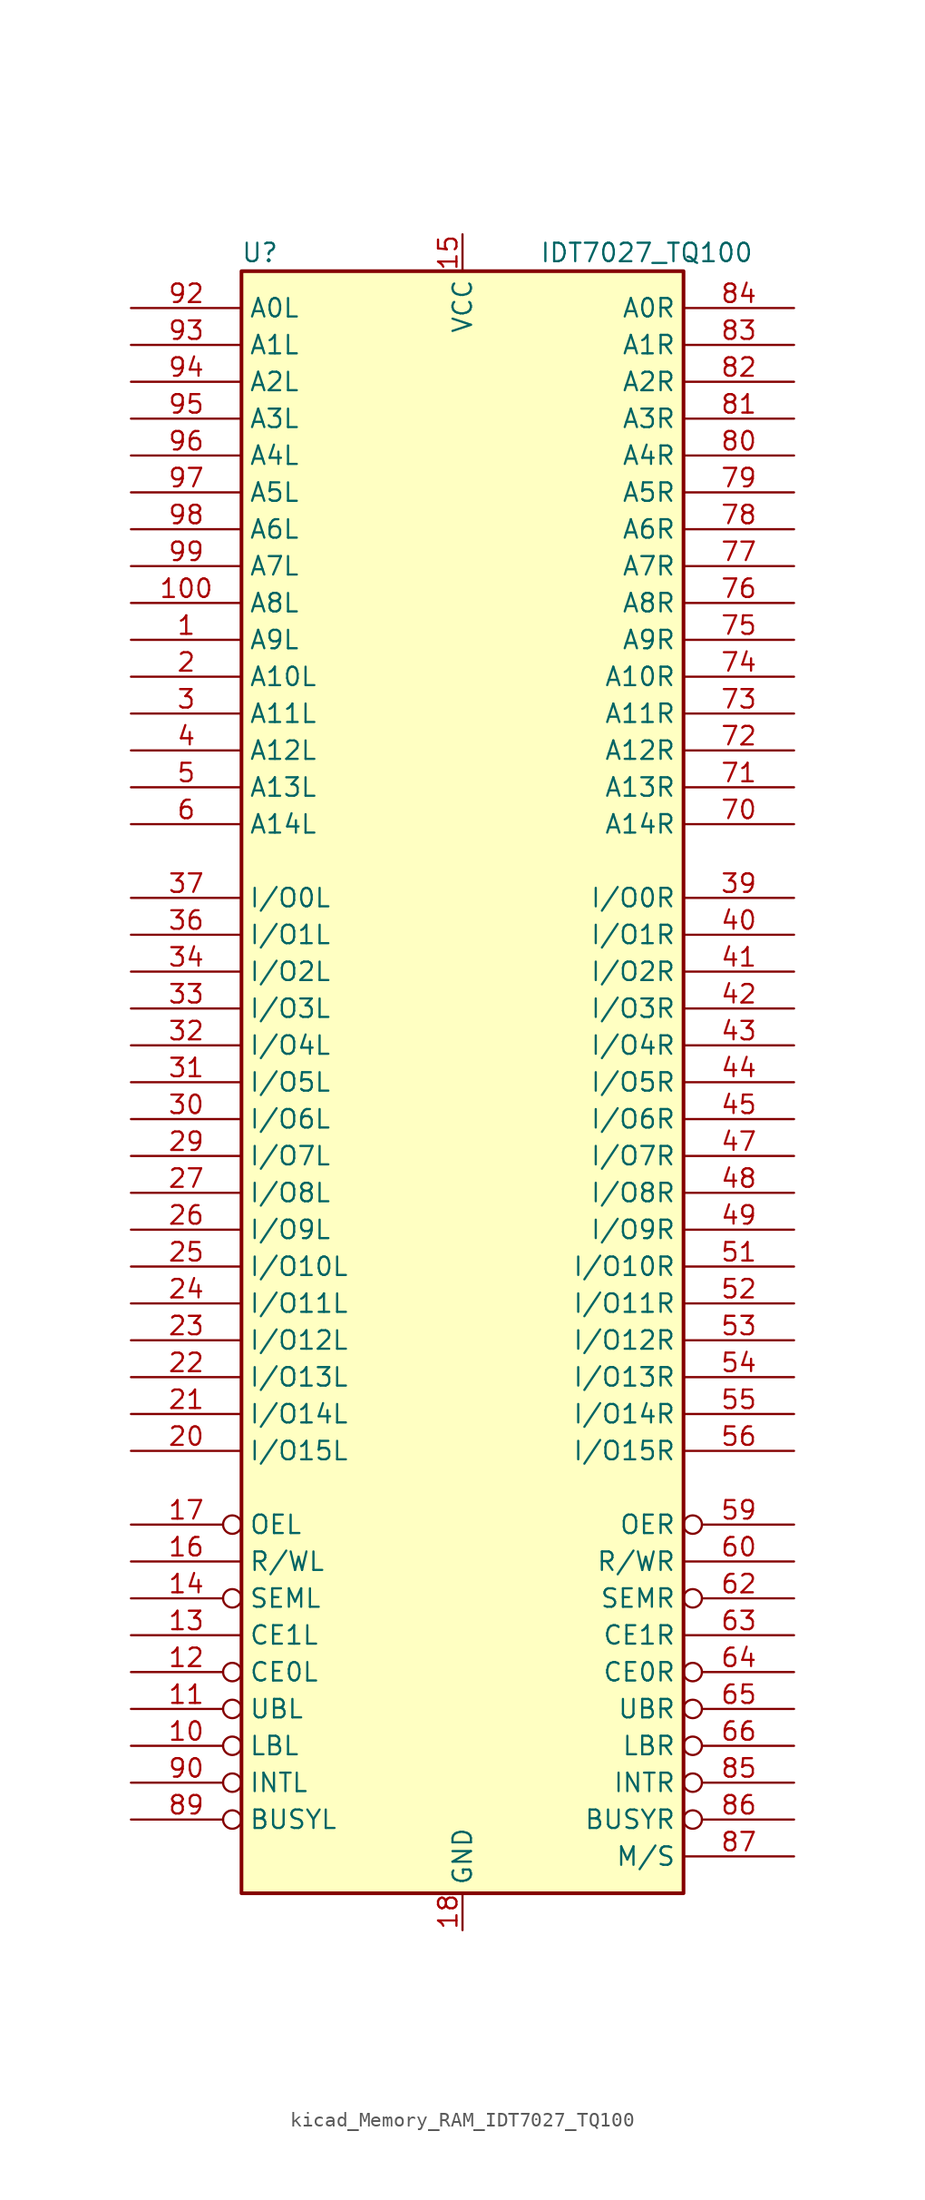
<source format=kicad_sym>
(kicad_symbol_lib
  (version 20220914)
  (generator kicad_symbol_editor)
  (symbol "kicad_Memory_RAM_IDT7027_TQ100"
    (property "Reference" "U"
      (at -13.97 57.15 0)
      (effects (font (size 1.27 1.27))))
    (property "Value" "IDT7027_TQ100"
      (at 12.7 57.15 0)
      (effects (font (size 1.27 1.27))))
    (symbol "kicad_Memory_RAM_IDT7027_TQ100_0_1"
      (rectangle (start -15.24 55.88) (end 15.24 -55.88) (stroke (width 0.254) (type default)) (fill (type background))))
    (symbol "kicad_Memory_RAM_IDT7027_TQ100_1_1"
      (pin input line (at -22.86 30.48 0) (length 7.62) (name "A9L" (effects (font (size 1.27 1.27)))) (number "1" (effects (font (size 1.27 1.27)))))
      (pin input inverted (at -22.86 -45.72 0) (length 7.62) (name "LBL" (effects (font (size 1.27 1.27)))) (number "10" (effects (font (size 1.27 1.27)))))
      (pin input line (at -22.86 33.02 0) (length 7.62) (name "A8L" (effects (font (size 1.27 1.27)))) (number "100" (effects (font (size 1.27 1.27)))))
      (pin input inverted (at -22.86 -43.18 0) (length 7.62) (name "UBL" (effects (font (size 1.27 1.27)))) (number "11" (effects (font (size 1.27 1.27)))))
      (pin input inverted (at -22.86 -40.64 0) (length 7.62) (name "CE0L" (effects (font (size 1.27 1.27)))) (number "12" (effects (font (size 1.27 1.27)))))
      (pin input line (at -22.86 -38.1 0) (length 7.62) (name "CE1L" (effects (font (size 1.27 1.27)))) (number "13" (effects (font (size 1.27 1.27)))))
      (pin input inverted (at -22.86 -35.56 0) (length 7.62) (name "SEML" (effects (font (size 1.27 1.27)))) (number "14" (effects (font (size 1.27 1.27)))))
      (pin power_in line (at 0 58.42 270) (length 2.54) (name "VCC" (effects (font (size 1.27 1.27)))) (number "15" (effects (font (size 1.27 1.27)))))
      (pin input line (at -22.86 -33.02 0) (length 7.62) (name "R/WL" (effects (font (size 1.27 1.27)))) (number "16" (effects (font (size 1.27 1.27)))))
      (pin input inverted (at -22.86 -30.48 0) (length 7.62) (name "OEL" (effects (font (size 1.27 1.27)))) (number "17" (effects (font (size 1.27 1.27)))))
      (pin power_in line (at 0 -58.42 90) (length 2.54) (name "GND" (effects (font (size 1.27 1.27)))) (number "18" (effects (font (size 1.27 1.27)))))
      (pin passive line (at 0 -58.42 90) (length 2.54) hide (name "GND" (effects (font (size 1.27 1.27)))) (number "19" (effects (font (size 1.27 1.27)))))
      (pin input line (at -22.86 27.94 0) (length 7.62) (name "A10L" (effects (font (size 1.27 1.27)))) (number "2" (effects (font (size 1.27 1.27)))))
      (pin bidirectional line (at -22.86 -25.4 0) (length 7.62) (name "I/O15L" (effects (font (size 1.27 1.27)))) (number "20" (effects (font (size 1.27 1.27)))))
      (pin bidirectional line (at -22.86 -22.86 0) (length 7.62) (name "I/O14L" (effects (font (size 1.27 1.27)))) (number "21" (effects (font (size 1.27 1.27)))))
      (pin bidirectional line (at -22.86 -20.32 0) (length 7.62) (name "I/O13L" (effects (font (size 1.27 1.27)))) (number "22" (effects (font (size 1.27 1.27)))))
      (pin bidirectional line (at -22.86 -17.78 0) (length 7.62) (name "I/O12L" (effects (font (size 1.27 1.27)))) (number "23" (effects (font (size 1.27 1.27)))))
      (pin bidirectional line (at -22.86 -15.24 0) (length 7.62) (name "I/O11L" (effects (font (size 1.27 1.27)))) (number "24" (effects (font (size 1.27 1.27)))))
      (pin bidirectional line (at -22.86 -12.7 0) (length 7.62) (name "I/O10L" (effects (font (size 1.27 1.27)))) (number "25" (effects (font (size 1.27 1.27)))))
      (pin bidirectional line (at -22.86 -10.16 0) (length 7.62) (name "I/O9L" (effects (font (size 1.27 1.27)))) (number "26" (effects (font (size 1.27 1.27)))))
      (pin bidirectional line (at -22.86 -7.62 0) (length 7.62) (name "I/O8L" (effects (font (size 1.27 1.27)))) (number "27" (effects (font (size 1.27 1.27)))))
      (pin passive line (at 0 58.42 270) (length 2.54) hide (name "VCC" (effects (font (size 0.762 0.762)))) (number "28" (effects (font (size 0.762 0.762)))))
      (pin bidirectional line (at -22.86 -5.08 0) (length 7.62) (name "I/O7L" (effects (font (size 1.27 1.27)))) (number "29" (effects (font (size 1.27 1.27)))))
      (pin input line (at -22.86 25.4 0) (length 7.62) (name "A11L" (effects (font (size 1.27 1.27)))) (number "3" (effects (font (size 1.27 1.27)))))
      (pin bidirectional line (at -22.86 -2.54 0) (length 7.62) (name "I/O6L" (effects (font (size 1.27 1.27)))) (number "30" (effects (font (size 1.27 1.27)))))
      (pin bidirectional line (at -22.86 0 0) (length 7.62) (name "I/O5L" (effects (font (size 1.27 1.27)))) (number "31" (effects (font (size 1.27 1.27)))))
      (pin bidirectional line (at -22.86 2.54 0) (length 7.62) (name "I/O4L" (effects (font (size 1.27 1.27)))) (number "32" (effects (font (size 1.27 1.27)))))
      (pin bidirectional line (at -22.86 5.08 0) (length 7.62) (name "I/O3L" (effects (font (size 1.27 1.27)))) (number "33" (effects (font (size 1.27 1.27)))))
      (pin bidirectional line (at -22.86 7.62 0) (length 7.62) (name "I/O2L" (effects (font (size 1.27 1.27)))) (number "34" (effects (font (size 1.27 1.27)))))
      (pin passive line (at 0 -58.42 90) (length 2.54) hide (name "GND" (effects (font (size 0.762 0.762)))) (number "35" (effects (font (size 0.762 0.762)))))
      (pin bidirectional line (at -22.86 10.16 0) (length 7.62) (name "I/O1L" (effects (font (size 1.27 1.27)))) (number "36" (effects (font (size 1.27 1.27)))))
      (pin bidirectional line (at -22.86 12.7 0) (length 7.62) (name "I/O0L" (effects (font (size 1.27 1.27)))) (number "37" (effects (font (size 1.27 1.27)))))
      (pin passive line (at 0 -58.42 90) (length 2.54) hide (name "GND" (effects (font (size 0.762 0.762)))) (number "38" (effects (font (size 0.762 0.762)))))
      (pin bidirectional line (at 22.86 12.7 180) (length 7.62) (name "I/O0R" (effects (font (size 1.27 1.27)))) (number "39" (effects (font (size 1.27 1.27)))))
      (pin input line (at -22.86 22.86 0) (length 7.62) (name "A12L" (effects (font (size 1.27 1.27)))) (number "4" (effects (font (size 1.27 1.27)))))
      (pin bidirectional line (at 22.86 10.16 180) (length 7.62) (name "I/O1R" (effects (font (size 1.27 1.27)))) (number "40" (effects (font (size 1.27 1.27)))))
      (pin bidirectional line (at 22.86 7.62 180) (length 7.62) (name "I/O2R" (effects (font (size 1.27 1.27)))) (number "41" (effects (font (size 1.27 1.27)))))
      (pin bidirectional line (at 22.86 5.08 180) (length 7.62) (name "I/O3R" (effects (font (size 1.27 1.27)))) (number "42" (effects (font (size 1.27 1.27)))))
      (pin bidirectional line (at 22.86 2.54 180) (length 7.62) (name "I/O4R" (effects (font (size 1.27 1.27)))) (number "43" (effects (font (size 1.27 1.27)))))
      (pin bidirectional line (at 22.86 0 180) (length 7.62) (name "I/O5R" (effects (font (size 1.27 1.27)))) (number "44" (effects (font (size 1.27 1.27)))))
      (pin bidirectional line (at 22.86 -2.54 180) (length 7.62) (name "I/O6R" (effects (font (size 1.27 1.27)))) (number "45" (effects (font (size 1.27 1.27)))))
      (pin passive line (at 0 58.42 270) (length 2.54) hide (name "VCC" (effects (font (size 0.762 0.762)))) (number "46" (effects (font (size 0.762 0.762)))))
      (pin bidirectional line (at 22.86 -5.08 180) (length 7.62) (name "I/O7R" (effects (font (size 1.27 1.27)))) (number "47" (effects (font (size 1.27 1.27)))))
      (pin bidirectional line (at 22.86 -7.62 180) (length 7.62) (name "I/O8R" (effects (font (size 1.27 1.27)))) (number "48" (effects (font (size 1.27 1.27)))))
      (pin bidirectional line (at 22.86 -10.16 180) (length 7.62) (name "I/O9R" (effects (font (size 1.27 1.27)))) (number "49" (effects (font (size 1.27 1.27)))))
      (pin input line (at -22.86 20.32 0) (length 7.62) (name "A13L" (effects (font (size 1.27 1.27)))) (number "5" (effects (font (size 1.27 1.27)))))
      (pin bidirectional line (at 22.86 -12.7 180) (length 7.62) (name "I/O10R" (effects (font (size 1.27 1.27)))) (number "51" (effects (font (size 1.27 1.27)))))
      (pin bidirectional line (at 22.86 -15.24 180) (length 7.62) (name "I/O11R" (effects (font (size 1.27 1.27)))) (number "52" (effects (font (size 1.27 1.27)))))
      (pin bidirectional line (at 22.86 -17.78 180) (length 7.62) (name "I/O12R" (effects (font (size 1.27 1.27)))) (number "53" (effects (font (size 1.27 1.27)))))
      (pin bidirectional line (at 22.86 -20.32 180) (length 7.62) (name "I/O13R" (effects (font (size 1.27 1.27)))) (number "54" (effects (font (size 1.27 1.27)))))
      (pin bidirectional line (at 22.86 -22.86 180) (length 7.62) (name "I/O14R" (effects (font (size 1.27 1.27)))) (number "55" (effects (font (size 1.27 1.27)))))
      (pin bidirectional line (at 22.86 -25.4 180) (length 7.62) (name "I/O15R" (effects (font (size 1.27 1.27)))) (number "56" (effects (font (size 1.27 1.27)))))
      (pin passive line (at 0 -58.42 90) (length 2.54) hide (name "GND" (effects (font (size 0.762 0.762)))) (number "57" (effects (font (size 0.762 0.762)))))
      (pin passive line (at 0 -58.42 90) (length 2.54) hide (name "GND" (effects (font (size 0.762 0.762)))) (number "58" (effects (font (size 0.762 0.762)))))
      (pin input inverted (at 22.86 -30.48 180) (length 7.62) (name "OER" (effects (font (size 1.27 1.27)))) (number "59" (effects (font (size 1.27 1.27)))))
      (pin input line (at -22.86 17.78 0) (length 7.62) (name "A14L" (effects (font (size 1.27 1.27)))) (number "6" (effects (font (size 1.27 1.27)))))
      (pin input line (at 22.86 -33.02 180) (length 7.62) (name "R/WR" (effects (font (size 1.27 1.27)))) (number "60" (effects (font (size 1.27 1.27)))))
      (pin passive line (at 0 -58.42 90) (length 2.54) hide (name "GND" (effects (font (size 0.762 0.762)))) (number "61" (effects (font (size 0.762 0.762)))))
      (pin input inverted (at 22.86 -35.56 180) (length 7.62) (name "SEMR" (effects (font (size 1.27 1.27)))) (number "62" (effects (font (size 1.27 1.27)))))
      (pin input line (at 22.86 -38.1 180) (length 7.62) (name "CE1R" (effects (font (size 1.27 1.27)))) (number "63" (effects (font (size 1.27 1.27)))))
      (pin input inverted (at 22.86 -40.64 180) (length 7.62) (name "CE0R" (effects (font (size 1.27 1.27)))) (number "64" (effects (font (size 1.27 1.27)))))
      (pin input inverted (at 22.86 -43.18 180) (length 7.62) (name "UBR" (effects (font (size 1.27 1.27)))) (number "65" (effects (font (size 1.27 1.27)))))
      (pin input inverted (at 22.86 -45.72 180) (length 7.62) (name "LBR" (effects (font (size 1.27 1.27)))) (number "66" (effects (font (size 1.27 1.27)))))
      (pin input line (at 22.86 17.78 180) (length 7.62) (name "A14R" (effects (font (size 1.27 1.27)))) (number "70" (effects (font (size 1.27 1.27)))))
      (pin input line (at 22.86 20.32 180) (length 7.62) (name "A13R" (effects (font (size 1.27 1.27)))) (number "71" (effects (font (size 1.27 1.27)))))
      (pin input line (at 22.86 22.86 180) (length 7.62) (name "A12R" (effects (font (size 1.27 1.27)))) (number "72" (effects (font (size 1.27 1.27)))))
      (pin input line (at 22.86 25.4 180) (length 7.62) (name "A11R" (effects (font (size 1.27 1.27)))) (number "73" (effects (font (size 1.27 1.27)))))
      (pin input line (at 22.86 27.94 180) (length 7.62) (name "A10R" (effects (font (size 1.27 1.27)))) (number "74" (effects (font (size 1.27 1.27)))))
      (pin input line (at 22.86 30.48 180) (length 7.62) (name "A9R" (effects (font (size 1.27 1.27)))) (number "75" (effects (font (size 1.27 1.27)))))
      (pin input line (at 22.86 33.02 180) (length 7.62) (name "A8R" (effects (font (size 1.27 1.27)))) (number "76" (effects (font (size 1.27 1.27)))))
      (pin input line (at 22.86 35.56 180) (length 7.62) (name "A7R" (effects (font (size 1.27 1.27)))) (number "77" (effects (font (size 1.27 1.27)))))
      (pin input line (at 22.86 38.1 180) (length 7.62) (name "A6R" (effects (font (size 1.27 1.27)))) (number "78" (effects (font (size 1.27 1.27)))))
      (pin input line (at 22.86 40.64 180) (length 7.62) (name "A5R" (effects (font (size 1.27 1.27)))) (number "79" (effects (font (size 1.27 1.27)))))
      (pin input line (at 22.86 43.18 180) (length 7.62) (name "A4R" (effects (font (size 1.27 1.27)))) (number "80" (effects (font (size 1.27 1.27)))))
      (pin input line (at 22.86 45.72 180) (length 7.62) (name "A3R" (effects (font (size 1.27 1.27)))) (number "81" (effects (font (size 1.27 1.27)))))
      (pin input line (at 22.86 48.26 180) (length 7.62) (name "A2R" (effects (font (size 1.27 1.27)))) (number "82" (effects (font (size 1.27 1.27)))))
      (pin input line (at 22.86 50.8 180) (length 7.62) (name "A1R" (effects (font (size 1.27 1.27)))) (number "83" (effects (font (size 1.27 1.27)))))
      (pin input line (at 22.86 53.34 180) (length 7.62) (name "A0R" (effects (font (size 1.27 1.27)))) (number "84" (effects (font (size 1.27 1.27)))))
      (pin output inverted (at 22.86 -48.26 180) (length 7.62) (name "INTR" (effects (font (size 1.27 1.27)))) (number "85" (effects (font (size 1.27 1.27)))))
      (pin bidirectional inverted (at 22.86 -50.8 180) (length 7.62) (name "BUSYR" (effects (font (size 1.27 1.27)))) (number "86" (effects (font (size 1.27 1.27)))))
      (pin input line (at 22.86 -53.34 180) (length 7.62) (name "M/S" (effects (font (size 1.27 1.27)))) (number "87" (effects (font (size 1.27 1.27)))))
      (pin passive line (at 0 -58.42 90) (length 2.54) hide (name "GND" (effects (font (size 0.762 0.762)))) (number "88" (effects (font (size 0.762 0.762)))))
      (pin bidirectional inverted (at -22.86 -50.8 0) (length 7.62) (name "BUSYL" (effects (font (size 1.27 1.27)))) (number "89" (effects (font (size 1.27 1.27)))))
      (pin output inverted (at -22.86 -48.26 0) (length 7.62) (name "INTL" (effects (font (size 1.27 1.27)))) (number "90" (effects (font (size 1.27 1.27)))))
      (pin input line (at -22.86 53.34 0) (length 7.62) (name "A0L" (effects (font (size 1.27 1.27)))) (number "92" (effects (font (size 1.27 1.27)))))
      (pin input line (at -22.86 50.8 0) (length 7.62) (name "A1L" (effects (font (size 1.27 1.27)))) (number "93" (effects (font (size 1.27 1.27)))))
      (pin input line (at -22.86 48.26 0) (length 7.62) (name "A2L" (effects (font (size 1.27 1.27)))) (number "94" (effects (font (size 1.27 1.27)))))
      (pin input line (at -22.86 45.72 0) (length 7.62) (name "A3L" (effects (font (size 1.27 1.27)))) (number "95" (effects (font (size 1.27 1.27)))))
      (pin input line (at -22.86 43.18 0) (length 7.62) (name "A4L" (effects (font (size 1.27 1.27)))) (number "96" (effects (font (size 1.27 1.27)))))
      (pin input line (at -22.86 40.64 0) (length 7.62) (name "A5L" (effects (font (size 1.27 1.27)))) (number "97" (effects (font (size 1.27 1.27)))))
      (pin input line (at -22.86 38.1 0) (length 7.62) (name "A6L" (effects (font (size 1.27 1.27)))) (number "98" (effects (font (size 1.27 1.27)))))
      (pin input line (at -22.86 35.56 0) (length 7.62) (name "A7L" (effects (font (size 1.27 1.27)))) (number "99" (effects (font (size 1.27 1.27))))))))
</source>
